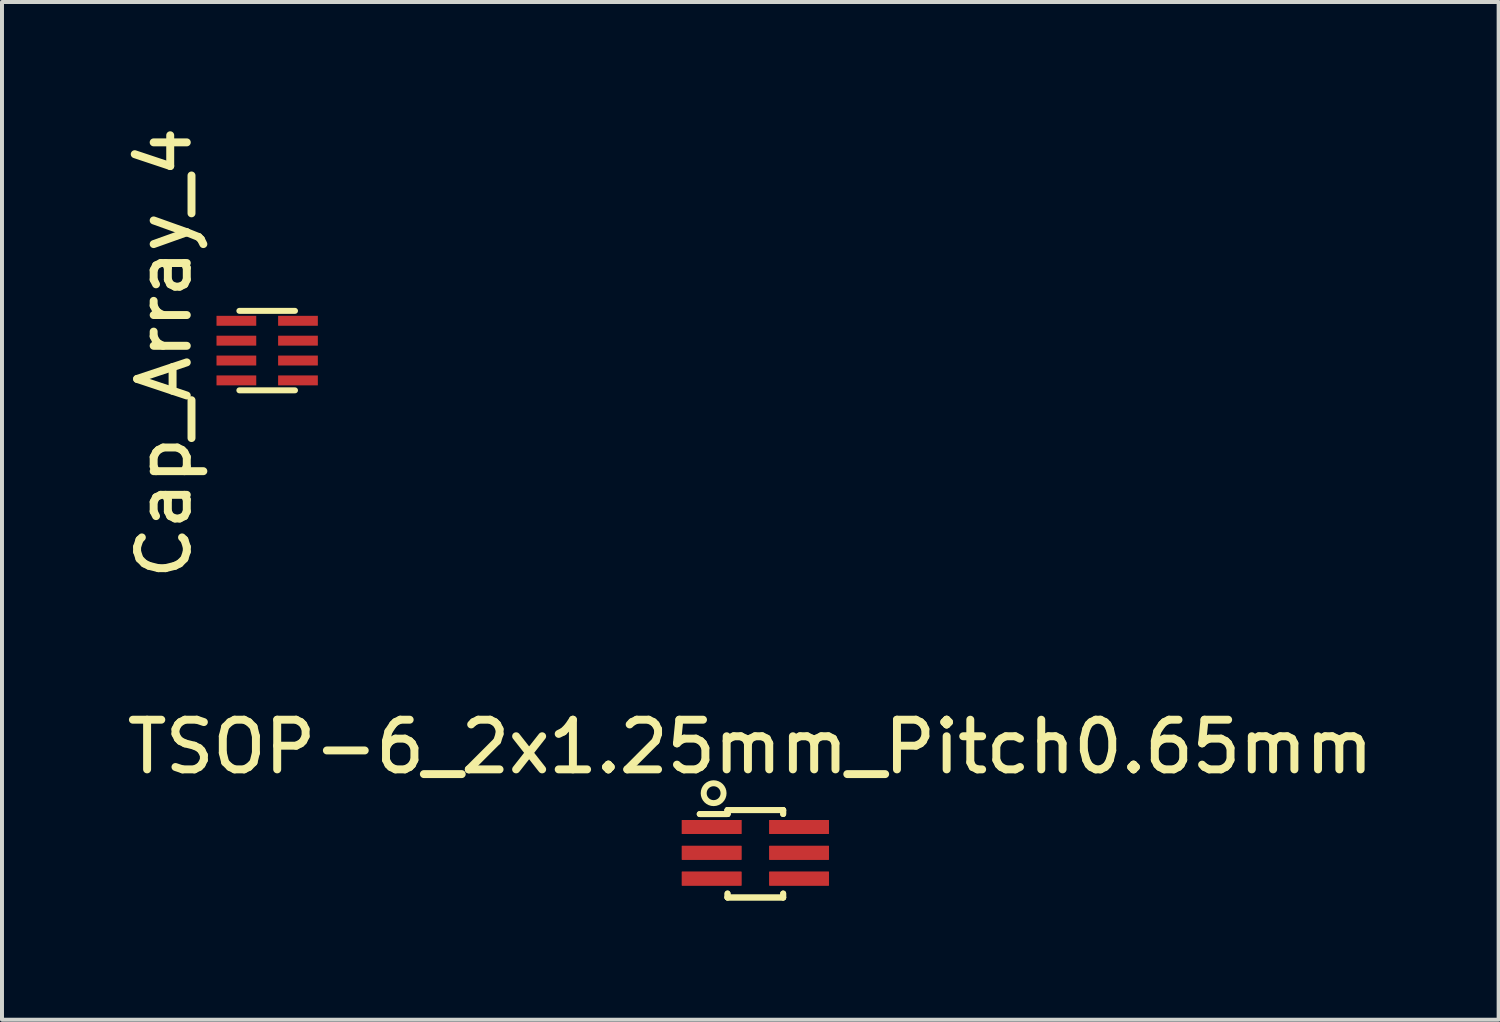
<source format=kicad_pcb>
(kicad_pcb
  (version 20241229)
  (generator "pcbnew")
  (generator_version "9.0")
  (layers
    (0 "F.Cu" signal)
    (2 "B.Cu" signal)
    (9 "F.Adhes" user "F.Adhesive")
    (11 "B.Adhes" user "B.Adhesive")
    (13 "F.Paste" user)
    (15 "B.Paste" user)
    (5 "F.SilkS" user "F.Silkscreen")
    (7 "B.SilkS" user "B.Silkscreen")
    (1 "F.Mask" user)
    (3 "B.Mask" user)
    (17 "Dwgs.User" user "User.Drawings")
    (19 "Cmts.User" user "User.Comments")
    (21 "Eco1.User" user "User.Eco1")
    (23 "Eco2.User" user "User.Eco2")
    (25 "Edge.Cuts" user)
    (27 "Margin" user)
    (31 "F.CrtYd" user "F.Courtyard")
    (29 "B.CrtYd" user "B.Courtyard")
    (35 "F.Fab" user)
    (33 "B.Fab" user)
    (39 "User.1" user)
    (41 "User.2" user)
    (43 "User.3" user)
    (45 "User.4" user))
  (footprint "Cap_Array_4"
    (layer "F.Cu")
    (at 3.673 5.772)
    (property "Reference" "Cap_Array_4" (at -2.591 0.058 90) (layer "F.SilkS") (effects (font (size 1.25 1.25) (thickness 0.2))))
    (attr through_hole)
    (fp_line (start -0.7 1) (end 0.7 1) (stroke (width 0.15) (type solid)) (layer "F.SilkS"))
    (fp_line (start 0.7 -1) (end -0.7 -1) (stroke (width 0.15) (type solid)) (layer "F.SilkS"))
    (pad "1" smd rect (at -0.775 -0.75) (size 1 0.25) (layers "F.Cu" "F.Mask" "F.Paste"))
    (pad "2" smd rect (at -0.775 -0.25) (size 1 0.25) (layers "F.Cu" "F.Mask" "F.Paste"))
    (pad "3" smd rect (at -0.775 0.25) (size 1 0.25) (layers "F.Cu" "F.Mask" "F.Paste"))
    (pad "4" smd rect (at -0.775 0.75) (size 1 0.25) (layers "F.Cu" "F.Mask" "F.Paste"))
    (pad "5" smd rect (at 0.775 0.75) (size 1 0.25) (layers "F.Cu" "F.Mask" "F.Paste"))
    (pad "6" smd rect (at 0.775 0.25) (size 1 0.25) (layers "F.Cu" "F.Mask" "F.Paste"))
    (pad "7" smd rect (at 0.775 -0.25) (size 1 0.25) (layers "F.Cu" "F.Mask" "F.Paste"))
    (pad "8" smd rect (at 0.775 -0.75) (size 1 0.25) (layers "F.Cu" "F.Mask" "F.Paste")))
  (footprint "TSOP-6_2x1.25mm_Pitch0.65mm"
    (layer "F.Cu")
    (at 15.957 18.409)
    (property "Reference" "TSOP-6_2x1.25mm_Pitch0.65mm" (at -0.127 -2.667 0) (layer "F.SilkS") (effects (font (size 1.25 1.25) (thickness 0.2))))
    (attr smd)
    (fp_line (start -0.7 -1.075) (end -0.7 -0.975) (stroke (width 0.15) (type solid)) (layer "F.SilkS"))
    (fp_line (start -0.7 -1.075) (end -0.7 -0.975) (stroke (width 0.15) (type solid)) (layer "F.SilkS"))
    (fp_line (start -0.7 -1.075) (end 0.7 -1.075) (stroke (width 0.15) (type solid)) (layer "F.SilkS"))
    (fp_line (start -0.7 -1.075) (end 0.7 -1.075) (stroke (width 0.15) (type solid)) (layer "F.SilkS"))
    (fp_line (start -0.7 -0.975) (end -1.4 -0.975) (stroke (width 0.15) (type solid)) (layer "F.SilkS"))
    (fp_line (start -0.7 -0.975) (end -1.4 -0.975) (stroke (width 0.15) (type solid)) (layer "F.SilkS"))
    (fp_line (start -0.7 1.125) (end -0.7 1.025) (stroke (width 0.15) (type solid)) (layer "F.SilkS"))
    (fp_line (start -0.7 1.125) (end -0.7 1.025) (stroke (width 0.15) (type solid)) (layer "F.SilkS"))
    (fp_line (start -0.7 1.125) (end 0.7 1.125) (stroke (width 0.15) (type solid)) (layer "F.SilkS"))
    (fp_line (start -0.7 1.125) (end 0.7 1.125) (stroke (width 0.15) (type solid)) (layer "F.SilkS"))
    (fp_line (start 0.7 -1.075) (end 0.7 -0.975) (stroke (width 0.15) (type solid)) (layer "F.SilkS"))
    (fp_line (start 0.7 -1.075) (end 0.7 -0.975) (stroke (width 0.15) (type solid)) (layer "F.SilkS"))
    (fp_line (start 0.7 1.125) (end 0.7 1.025) (stroke (width 0.15) (type solid)) (layer "F.SilkS"))
    (fp_line (start 0.7 1.125) (end 0.7 1.025) (stroke (width 0.15) (type solid)) (layer "F.SilkS"))
    (fp_circle (center -1.05 -1.5) (end -1.05 -1.25) (stroke (width 0.15) (type solid)) (fill no) (layer "F.SilkS"))
    (pad "1" smd rect (at -1.1 -0.65) (size 1.5 0.35) (layers "F.Cu" "F.Mask" "F.Paste"))
    (pad "1" smd rect (at -1.1 -0.65) (size 1.5 0.35) (layers "F.Cu" "F.Mask" "F.Paste"))
    (pad "2" smd rect (at -1.1 0) (size 1.5 0.35) (layers "F.Cu" "F.Mask" "F.Paste"))
    (pad "2" smd rect (at -1.1 0) (size 1.5 0.35) (layers "F.Cu" "F.Mask" "F.Paste"))
    (pad "3" smd rect (at -1.1 0.65) (size 1.5 0.35) (layers "F.Cu" "F.Mask" "F.Paste"))
    (pad "3" smd rect (at -1.1 0.65) (size 1.5 0.35) (layers "F.Cu" "F.Mask" "F.Paste"))
    (pad "4" smd rect (at 1.1 0.65) (size 1.5 0.35) (layers "F.Cu" "F.Mask" "F.Paste"))
    (pad "4" smd rect (at 1.1 0.65) (size 1.5 0.35) (layers "F.Cu" "F.Mask" "F.Paste"))
    (pad "5" smd rect (at 1.1 0) (size 1.5 0.35) (layers "F.Cu" "F.Mask" "F.Paste"))
    (pad "5" smd rect (at 1.1 0) (size 1.5 0.35) (layers "F.Cu" "F.Mask" "F.Paste"))
    (pad "6" smd rect (at 1.1 -0.65) (size 1.5 0.35) (layers "F.Cu" "F.Mask" "F.Paste"))
    (pad "6" smd rect (at 1.1 -0.65) (size 1.5 0.35) (layers "F.Cu" "F.Mask" "F.Paste")))
  (gr_rect
    (start -3 -3)
    (end 34.66 22.609)
    (stroke (width 0.1) (type default))
    (fill no)
    (layer "Edge.Cuts")))
</source>
